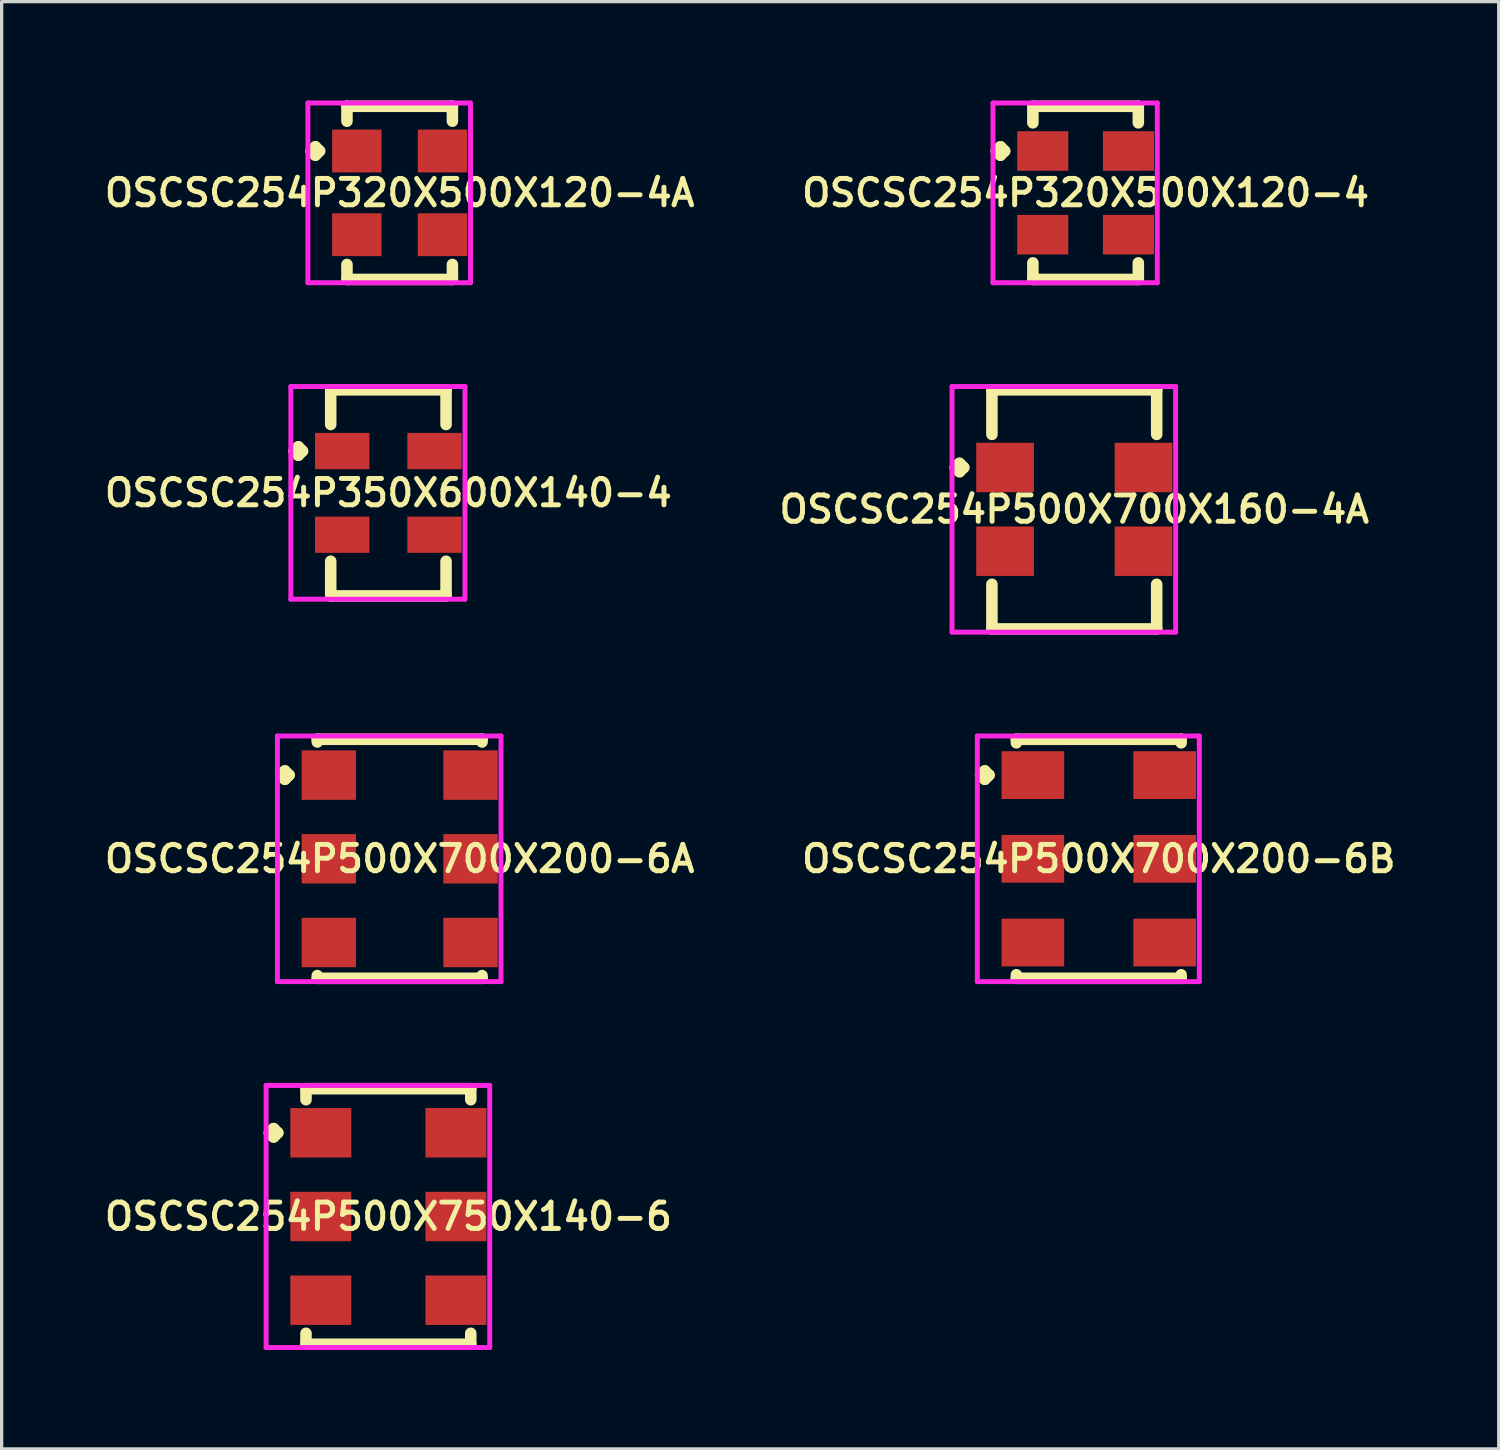
<source format=kicad_pcb>
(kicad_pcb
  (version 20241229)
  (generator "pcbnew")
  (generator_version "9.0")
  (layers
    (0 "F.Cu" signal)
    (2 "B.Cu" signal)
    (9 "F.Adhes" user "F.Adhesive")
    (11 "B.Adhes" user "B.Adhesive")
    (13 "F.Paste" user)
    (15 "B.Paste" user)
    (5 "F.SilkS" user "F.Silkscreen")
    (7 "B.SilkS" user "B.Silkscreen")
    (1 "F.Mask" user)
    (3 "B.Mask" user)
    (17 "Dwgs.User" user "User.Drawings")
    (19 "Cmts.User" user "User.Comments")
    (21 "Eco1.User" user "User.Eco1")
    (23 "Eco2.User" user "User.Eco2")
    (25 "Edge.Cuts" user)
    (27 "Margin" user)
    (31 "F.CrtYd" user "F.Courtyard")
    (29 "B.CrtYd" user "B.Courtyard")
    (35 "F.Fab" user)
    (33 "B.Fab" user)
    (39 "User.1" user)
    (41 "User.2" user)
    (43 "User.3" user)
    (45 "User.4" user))
  (footprint "OSCSC254P320X500X120-4"
    (layer "F.Cu")
    (at 29.892 2.802)
    (property "Reference" "OSCSC254P320X500X120-4" (at 0 0 0) (layer "F.SilkS") (effects (font (size 0.8 0.8) (thickness 0.15))))
    (attr smd)
    (fp_line (start -2.71 -1.27) (end -2.583 -1.397) (stroke (width 0.35) (type solid)) (layer "F.SilkS"))
    (fp_line (start -2.583 -1.397) (end -2.456 -1.27) (stroke (width 0.35) (type solid)) (layer "F.SilkS"))
    (fp_line (start -2.583 -1.143) (end -2.71 -1.27) (stroke (width 0.35) (type solid)) (layer "F.SilkS"))
    (fp_line (start -2.456 -1.27) (end -2.583 -1.143) (stroke (width 0.35) (type solid)) (layer "F.SilkS"))
    (fp_line (start -1.6 -2.627) (end 1.6 -2.627) (stroke (width 0.35) (type solid)) (layer "F.SilkS"))
    (fp_line (start -1.6 -2.124) (end -1.6 -2.627) (stroke (width 0.35) (type solid)) (layer "F.SilkS"))
    (fp_line (start -1.6 2.124) (end -1.6 2.627) (stroke (width 0.35) (type solid)) (layer "F.SilkS"))
    (fp_line (start -1.6 2.627) (end 1.6 2.627) (stroke (width 0.35) (type solid)) (layer "F.SilkS"))
    (fp_line (start 1.6 -2.627) (end 1.6 -2.124) (stroke (width 0.35) (type solid)) (layer "F.SilkS"))
    (fp_line (start 1.6 2.627) (end 1.6 2.124) (stroke (width 0.35) (type solid)) (layer "F.SilkS"))
    (fp_line (start -2.81 -2.727) (end 2.175 -2.727) (stroke (width 0.15) (type solid)) (layer "F.CrtYd"))
    (fp_line (start -2.81 2.727) (end -2.81 -2.727) (stroke (width 0.15) (type solid)) (layer "F.CrtYd"))
    (fp_line (start 2.175 -2.727) (end 2.175 2.727) (stroke (width 0.15) (type solid)) (layer "F.CrtYd"))
    (fp_line (start 2.175 2.727) (end -2.81 2.727) (stroke (width 0.15) (type solid)) (layer "F.CrtYd"))
    (pad "1" smd rect (at -1.3 -1.27) (size 1.55 1.2) (layers "F.Cu" "F.Mask" "F.Paste"))
    (pad "2" smd rect (at -1.3 1.27) (size 1.55 1.2) (layers "F.Cu" "F.Mask" "F.Paste"))
    (pad "3" smd rect (at 1.3 1.27) (size 1.55 1.2) (layers "F.Cu" "F.Mask" "F.Paste"))
    (pad "4" smd rect (at 1.3 -1.27) (size 1.55 1.2) (layers "F.Cu" "F.Mask" "F.Paste")))
  (footprint "OSCSC254P500X700X160-4A"
    (layer "F.Cu")
    (at 29.549 12.406)
    (property "Reference" "OSCSC254P500X700X160-4A" (at 0 0 0) (layer "F.SilkS") (effects (font (size 0.8 0.8) (thickness 0.15))))
    (attr smd)
    (fp_line (start -3.61 -1.27) (end -3.483 -1.397) (stroke (width 0.35) (type solid)) (layer "F.SilkS"))
    (fp_line (start -3.483 -1.397) (end -3.356 -1.27) (stroke (width 0.35) (type solid)) (layer "F.SilkS"))
    (fp_line (start -3.483 -1.143) (end -3.61 -1.27) (stroke (width 0.35) (type solid)) (layer "F.SilkS"))
    (fp_line (start -3.356 -1.27) (end -3.483 -1.143) (stroke (width 0.35) (type solid)) (layer "F.SilkS"))
    (fp_line (start -2.5 -3.627) (end 2.5 -3.627) (stroke (width 0.35) (type solid)) (layer "F.SilkS"))
    (fp_line (start -2.5 -2.274) (end -2.5 -3.627) (stroke (width 0.35) (type solid)) (layer "F.SilkS"))
    (fp_line (start -2.5 2.274) (end -2.5 3.627) (stroke (width 0.35) (type solid)) (layer "F.SilkS"))
    (fp_line (start -2.5 3.627) (end 2.5 3.627) (stroke (width 0.35) (type solid)) (layer "F.SilkS"))
    (fp_line (start 2.5 -3.627) (end 2.5 -2.274) (stroke (width 0.35) (type solid)) (layer "F.SilkS"))
    (fp_line (start 2.5 3.627) (end 2.5 2.274) (stroke (width 0.35) (type solid)) (layer "F.SilkS"))
    (fp_line (start -3.71 -3.727) (end 3.075 -3.727) (stroke (width 0.15) (type solid)) (layer "F.CrtYd"))
    (fp_line (start -3.71 3.727) (end -3.71 -3.727) (stroke (width 0.15) (type solid)) (layer "F.CrtYd"))
    (fp_line (start 3.075 -3.727) (end 3.075 3.727) (stroke (width 0.15) (type solid)) (layer "F.CrtYd"))
    (fp_line (start 3.075 3.727) (end -3.71 3.727) (stroke (width 0.15) (type solid)) (layer "F.CrtYd"))
    (pad "1" smd rect (at -2.1 -1.27) (size 1.75 1.5) (layers "F.Cu" "F.Mask" "F.Paste"))
    (pad "2" smd rect (at -2.1 1.27) (size 1.75 1.5) (layers "F.Cu" "F.Mask" "F.Paste"))
    (pad "3" smd rect (at 2.1 1.27) (size 1.75 1.5) (layers "F.Cu" "F.Mask" "F.Paste"))
    (pad "4" smd rect (at 2.1 -1.27) (size 1.75 1.5) (layers "F.Cu" "F.Mask" "F.Paste")))
  (footprint "OSCSC254P500X700X200-6A"
    (layer "F.Cu")
    (at 9.078 23.01)
    (property "Reference" "OSCSC254P500X700X200-6A" (at 0 0 0) (layer "F.SilkS") (effects (font (size 0.8 0.8) (thickness 0.15))))
    (attr through_hole)
    (fp_line (start -3.61 -2.54) (end -3.483 -2.667) (stroke (width 0.35) (type solid)) (layer "F.SilkS"))
    (fp_line (start -3.483 -2.667) (end -3.356 -2.54) (stroke (width 0.35) (type solid)) (layer "F.SilkS"))
    (fp_line (start -3.483 -2.413) (end -3.61 -2.54) (stroke (width 0.35) (type solid)) (layer "F.SilkS"))
    (fp_line (start -3.356 -2.54) (end -3.483 -2.413) (stroke (width 0.35) (type solid)) (layer "F.SilkS"))
    (fp_line (start -2.5 -3.627) (end 2.5 -3.627) (stroke (width 0.35) (type solid)) (layer "F.SilkS"))
    (fp_line (start -2.5 -3.544) (end -2.5 -3.627) (stroke (width 0.35) (type solid)) (layer "F.SilkS"))
    (fp_line (start -2.5 3.544) (end -2.5 3.627) (stroke (width 0.35) (type solid)) (layer "F.SilkS"))
    (fp_line (start -2.5 3.627) (end 2.5 3.627) (stroke (width 0.35) (type solid)) (layer "F.SilkS"))
    (fp_line (start 2.5 -3.627) (end 2.5 -3.544) (stroke (width 0.35) (type solid)) (layer "F.SilkS"))
    (fp_line (start 2.5 3.627) (end 2.5 3.544) (stroke (width 0.35) (type solid)) (layer "F.SilkS"))
    (fp_line (start -3.71 -3.727) (end 3.075 -3.727) (stroke (width 0.15) (type solid)) (layer "F.CrtYd"))
    (fp_line (start -3.71 3.727) (end -3.71 -3.727) (stroke (width 0.15) (type solid)) (layer "F.CrtYd"))
    (fp_line (start 3.075 -3.727) (end 3.075 3.727) (stroke (width 0.15) (type solid)) (layer "F.CrtYd"))
    (fp_line (start 3.075 3.727) (end -3.71 3.727) (stroke (width 0.15) (type solid)) (layer "F.CrtYd"))
    (pad "1" smd rect (at -2.15 -2.54) (size 1.65 1.5) (layers "F.Cu" "F.Mask" "F.Paste"))
    (pad "2" smd rect (at -2.15 0) (size 1.65 1.5) (layers "F.Cu" "F.Mask" "F.Paste"))
    (pad "3" smd rect (at -2.15 2.54) (size 1.65 1.5) (layers "F.Cu" "F.Mask" "F.Paste"))
    (pad "4" smd rect (at 2.15 2.54) (size 1.65 1.5) (layers "F.Cu" "F.Mask" "F.Paste"))
    (pad "5" smd rect (at 2.15 0) (size 1.65 1.5) (layers "F.Cu" "F.Mask" "F.Paste"))
    (pad "6" smd rect (at 2.15 -2.54) (size 1.65 1.5) (layers "F.Cu" "F.Mask" "F.Paste")))
  (footprint "OSCSC254P500X750X140-6"
    (layer "F.Cu")
    (at 8.735 33.864)
    (property "Reference" "OSCSC254P500X750X140-6" (at 0 0 0) (layer "F.SilkS") (effects (font (size 0.8 0.8) (thickness 0.15))))
    (attr smd)
    (fp_line (start -3.61 -2.54) (end -3.483 -2.667) (stroke (width 0.35) (type solid)) (layer "F.SilkS"))
    (fp_line (start -3.483 -2.667) (end -3.356 -2.54) (stroke (width 0.35) (type solid)) (layer "F.SilkS"))
    (fp_line (start -3.483 -2.413) (end -3.61 -2.54) (stroke (width 0.35) (type solid)) (layer "F.SilkS"))
    (fp_line (start -3.356 -2.54) (end -3.483 -2.413) (stroke (width 0.35) (type solid)) (layer "F.SilkS"))
    (fp_line (start -2.5 -3.877) (end 2.5 -3.877) (stroke (width 0.35) (type solid)) (layer "F.SilkS"))
    (fp_line (start -2.5 -3.544) (end -2.5 -3.877) (stroke (width 0.35) (type solid)) (layer "F.SilkS"))
    (fp_line (start -2.5 3.544) (end -2.5 3.877) (stroke (width 0.35) (type solid)) (layer "F.SilkS"))
    (fp_line (start -2.5 3.877) (end 2.5 3.877) (stroke (width 0.35) (type solid)) (layer "F.SilkS"))
    (fp_line (start 2.5 -3.877) (end 2.5 -3.544) (stroke (width 0.35) (type solid)) (layer "F.SilkS"))
    (fp_line (start 2.5 3.877) (end 2.5 3.544) (stroke (width 0.35) (type solid)) (layer "F.SilkS"))
    (fp_line (start -3.71 -3.977) (end 3.075 -3.977) (stroke (width 0.15) (type solid)) (layer "F.CrtYd"))
    (fp_line (start -3.71 3.977) (end -3.71 -3.977) (stroke (width 0.15) (type solid)) (layer "F.CrtYd"))
    (fp_line (start 3.075 -3.977) (end 3.075 3.977) (stroke (width 0.15) (type solid)) (layer "F.CrtYd"))
    (fp_line (start 3.075 3.977) (end -3.71 3.977) (stroke (width 0.15) (type solid)) (layer "F.CrtYd"))
    (pad "1" smd rect (at -2.05 -2.54) (size 1.85 1.5) (layers "F.Cu" "F.Mask" "F.Paste"))
    (pad "2" smd rect (at -2.05 0) (size 1.85 1.5) (layers "F.Cu" "F.Mask" "F.Paste"))
    (pad "3" smd rect (at -2.05 2.54) (size 1.85 1.5) (layers "F.Cu" "F.Mask" "F.Paste"))
    (pad "4" smd rect (at 2.05 2.54) (size 1.85 1.5) (layers "F.Cu" "F.Mask" "F.Paste"))
    (pad "5" smd rect (at 2.05 0) (size 1.85 1.5) (layers "F.Cu" "F.Mask" "F.Paste"))
    (pad "6" smd rect (at 2.05 -2.54) (size 1.85 1.5) (layers "F.Cu" "F.Mask" "F.Paste")))
  (footprint "OSCSC254P500X700X200-6B"
    (layer "F.Cu")
    (at 30.292 23.01)
    (property "Reference" "OSCSC254P500X700X200-6B" (at 0 0 0) (layer "F.SilkS") (effects (font (size 0.8 0.8) (thickness 0.15))))
    (attr smd)
    (fp_line (start -3.585 -2.54) (end -3.458 -2.667) (stroke (width 0.35) (type solid)) (layer "F.SilkS"))
    (fp_line (start -3.458 -2.667) (end -3.331 -2.54) (stroke (width 0.35) (type solid)) (layer "F.SilkS"))
    (fp_line (start -3.458 -2.413) (end -3.585 -2.54) (stroke (width 0.35) (type solid)) (layer "F.SilkS"))
    (fp_line (start -3.331 -2.54) (end -3.458 -2.413) (stroke (width 0.35) (type solid)) (layer "F.SilkS"))
    (fp_line (start -2.5 -3.627) (end 2.5 -3.627) (stroke (width 0.35) (type solid)) (layer "F.SilkS"))
    (fp_line (start -2.5 -3.519) (end -2.5 -3.627) (stroke (width 0.35) (type solid)) (layer "F.SilkS"))
    (fp_line (start -2.5 3.519) (end -2.5 3.627) (stroke (width 0.35) (type solid)) (layer "F.SilkS"))
    (fp_line (start -2.5 3.627) (end 2.5 3.627) (stroke (width 0.35) (type solid)) (layer "F.SilkS"))
    (fp_line (start 2.5 -3.627) (end 2.5 -3.519) (stroke (width 0.35) (type solid)) (layer "F.SilkS"))
    (fp_line (start 2.5 3.627) (end 2.5 3.519) (stroke (width 0.35) (type solid)) (layer "F.SilkS"))
    (fp_line (start -3.685 -3.727) (end 3.05 -3.727) (stroke (width 0.15) (type solid)) (layer "F.CrtYd"))
    (fp_line (start -3.685 3.727) (end -3.685 -3.727) (stroke (width 0.15) (type solid)) (layer "F.CrtYd"))
    (fp_line (start 3.05 -3.727) (end 3.05 3.727) (stroke (width 0.15) (type solid)) (layer "F.CrtYd"))
    (fp_line (start 3.05 3.727) (end -3.685 3.727) (stroke (width 0.15) (type solid)) (layer "F.CrtYd"))
    (pad "1" smd rect (at -2 -2.54) (size 1.9 1.45) (layers "F.Cu" "F.Mask" "F.Paste"))
    (pad "2" smd rect (at -2 0) (size 1.9 1.45) (layers "F.Cu" "F.Mask" "F.Paste"))
    (pad "3" smd rect (at -2 2.54) (size 1.9 1.45) (layers "F.Cu" "F.Mask" "F.Paste"))
    (pad "4" smd rect (at 2 2.54) (size 1.9 1.45) (layers "F.Cu" "F.Mask" "F.Paste"))
    (pad "5" smd rect (at 2 0) (size 1.9 1.45) (layers "F.Cu" "F.Mask" "F.Paste"))
    (pad "6" smd rect (at 2 -2.54) (size 1.9 1.45) (layers "F.Cu" "F.Mask" "F.Paste")))
  (footprint "OSCSC254P320X500X120-4A"
    (layer "F.Cu")
    (at 9.078 2.802)
    (property "Reference" "OSCSC254P320X500X120-4A" (at 0 0 0) (layer "F.SilkS") (effects (font (size 0.8 0.8) (thickness 0.15))))
    (attr through_hole)
    (fp_line (start -2.685 -1.27) (end -2.558 -1.397) (stroke (width 0.35) (type solid)) (layer "F.SilkS"))
    (fp_line (start -2.558 -1.397) (end -2.431 -1.27) (stroke (width 0.35) (type solid)) (layer "F.SilkS"))
    (fp_line (start -2.558 -1.143) (end -2.685 -1.27) (stroke (width 0.35) (type solid)) (layer "F.SilkS"))
    (fp_line (start -2.431 -1.27) (end -2.558 -1.143) (stroke (width 0.35) (type solid)) (layer "F.SilkS"))
    (fp_line (start -1.6 -2.627) (end 1.6 -2.627) (stroke (width 0.35) (type solid)) (layer "F.SilkS"))
    (fp_line (start -1.6 -2.174) (end -1.6 -2.627) (stroke (width 0.35) (type solid)) (layer "F.SilkS"))
    (fp_line (start -1.6 2.174) (end -1.6 2.627) (stroke (width 0.35) (type solid)) (layer "F.SilkS"))
    (fp_line (start -1.6 2.627) (end 1.6 2.627) (stroke (width 0.35) (type solid)) (layer "F.SilkS"))
    (fp_line (start 1.6 -2.627) (end 1.6 -2.174) (stroke (width 0.35) (type solid)) (layer "F.SilkS"))
    (fp_line (start 1.6 2.627) (end 1.6 2.174) (stroke (width 0.35) (type solid)) (layer "F.SilkS"))
    (fp_line (start -2.785 -2.727) (end 2.15 -2.727) (stroke (width 0.15) (type solid)) (layer "F.CrtYd"))
    (fp_line (start -2.785 2.727) (end -2.785 -2.727) (stroke (width 0.15) (type solid)) (layer "F.CrtYd"))
    (fp_line (start 2.15 -2.727) (end 2.15 2.727) (stroke (width 0.15) (type solid)) (layer "F.CrtYd"))
    (fp_line (start 2.15 2.727) (end -2.785 2.727) (stroke (width 0.15) (type solid)) (layer "F.CrtYd"))
    (pad "1" smd rect (at -1.3 -1.27) (size 1.5 1.3) (layers "F.Cu" "F.Mask" "F.Paste"))
    (pad "2" smd rect (at -1.3 1.27) (size 1.5 1.3) (layers "F.Cu" "F.Mask" "F.Paste"))
    (pad "3" smd rect (at 1.3 1.27) (size 1.5 1.3) (layers "F.Cu" "F.Mask" "F.Paste"))
    (pad "4" smd rect (at 1.3 -1.27) (size 1.5 1.3) (layers "F.Cu" "F.Mask" "F.Paste")))
  (footprint "OSCSC254P350X600X140-4"
    (layer "F.Cu")
    (at 8.735 11.906)
    (property "Reference" "OSCSC254P350X600X140-4" (at 0 0 0) (layer "F.SilkS") (effects (font (size 0.8 0.8) (thickness 0.15))))
    (attr smd)
    (fp_line (start -2.86 -1.27) (end -2.733 -1.397) (stroke (width 0.35) (type solid)) (layer "F.SilkS"))
    (fp_line (start -2.733 -1.397) (end -2.606 -1.27) (stroke (width 0.35) (type solid)) (layer "F.SilkS"))
    (fp_line (start -2.733 -1.143) (end -2.86 -1.27) (stroke (width 0.35) (type solid)) (layer "F.SilkS"))
    (fp_line (start -2.606 -1.27) (end -2.733 -1.143) (stroke (width 0.35) (type solid)) (layer "F.SilkS"))
    (fp_line (start -1.75 -3.127) (end 1.75 -3.127) (stroke (width 0.35) (type solid)) (layer "F.SilkS"))
    (fp_line (start -1.75 -2.074) (end -1.75 -3.127) (stroke (width 0.35) (type solid)) (layer "F.SilkS"))
    (fp_line (start -1.75 2.074) (end -1.75 3.127) (stroke (width 0.35) (type solid)) (layer "F.SilkS"))
    (fp_line (start -1.75 3.127) (end 1.75 3.127) (stroke (width 0.35) (type solid)) (layer "F.SilkS"))
    (fp_line (start 1.75 -3.127) (end 1.75 -2.074) (stroke (width 0.35) (type solid)) (layer "F.SilkS"))
    (fp_line (start 1.75 3.127) (end 1.75 2.074) (stroke (width 0.35) (type solid)) (layer "F.SilkS"))
    (fp_line (start -2.96 -3.227) (end 2.325 -3.227) (stroke (width 0.15) (type solid)) (layer "F.CrtYd"))
    (fp_line (start -2.96 3.227) (end -2.96 -3.227) (stroke (width 0.15) (type solid)) (layer "F.CrtYd"))
    (fp_line (start 2.325 -3.227) (end 2.325 3.227) (stroke (width 0.15) (type solid)) (layer "F.CrtYd"))
    (fp_line (start 2.325 3.227) (end -2.96 3.227) (stroke (width 0.15) (type solid)) (layer "F.CrtYd"))
    (pad "1" smd rect (at -1.4 -1.27) (size 1.65 1.1) (layers "F.Cu" "F.Mask" "F.Paste"))
    (pad "2" smd rect (at -1.4 1.27) (size 1.65 1.1) (layers "F.Cu" "F.Mask" "F.Paste"))
    (pad "3" smd rect (at 1.4 1.27) (size 1.65 1.1) (layers "F.Cu" "F.Mask" "F.Paste"))
    (pad "4" smd rect (at 1.4 -1.27) (size 1.65 1.1) (layers "F.Cu" "F.Mask" "F.Paste")))
  (gr_rect
    (start -3 -3)
    (end 42.428 40.916)
    (stroke (width 0.1) (type default))
    (fill no)
    (layer "Edge.Cuts")))
</source>
